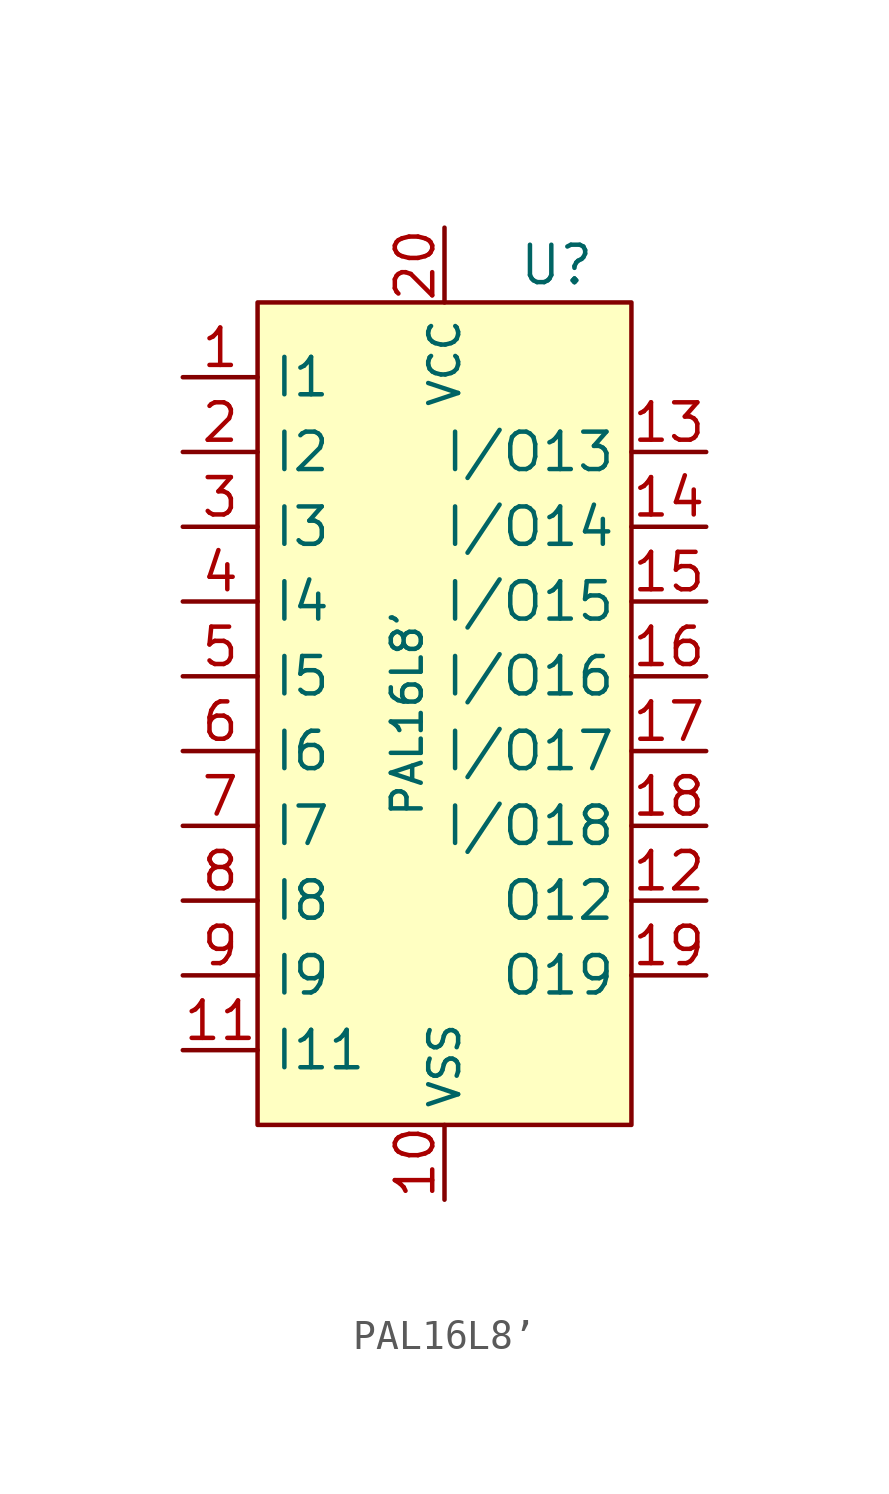
<source format=kicad_sym>
(kicad_symbol_lib
  (version 20211014)
  (generator kicad_symbol_editor)
  (symbol "PAL16L8’"
    (property "Reference" "U"
      (at 3.81 15.24 0)
      (effects (font (size 1.27 1.27))))
    (property "Value" "PAL16L8’"
      (at -1.27 0 90)
      (effects (font (size 1.016 1.016))))
    (symbol "PAL16L8’_0_1"
      (rectangle (start -6.35 13.97) (end 6.35 -13.97) (stroke (width 0.152) (type default) (color 0 0 0 0)) (fill (type background))))
    (symbol "PAL16L8’_1_1"
      (pin input line (at -8.89 11.43 0) (length 2.54) (name "I1" (effects (font (size 1.27 1.27)))) (number "1" (effects (font (size 1.27 1.27)))))
      (pin power_in line (at 0 -16.51 90) (length 2.54) (name "VSS" (effects (font (size 1.016 1.016)))) (number "10" (effects (font (size 1.27 1.27)))))
      (pin input line (at -8.89 -11.43 0) (length 2.54) (name "I11" (effects (font (size 1.27 1.27)))) (number "11" (effects (font (size 1.27 1.27)))))
      (pin tri_state line (at 8.89 -6.35 180) (length 2.54) (name "O12" (effects (font (size 1.27 1.27)))) (number "12" (effects (font (size 1.27 1.27)))))
      (pin tri_state line (at 8.89 8.89 180) (length 2.54) (name "I/O13" (effects (font (size 1.27 1.27)))) (number "13" (effects (font (size 1.27 1.27)))))
      (pin tri_state line (at 8.89 6.35 180) (length 2.54) (name "I/O14" (effects (font (size 1.27 1.27)))) (number "14" (effects (font (size 1.27 1.27)))))
      (pin tri_state line (at 8.89 3.81 180) (length 2.54) (name "I/O15" (effects (font (size 1.27 1.27)))) (number "15" (effects (font (size 1.27 1.27)))))
      (pin tri_state line (at 8.89 1.27 180) (length 2.54) (name "I/O16" (effects (font (size 1.27 1.27)))) (number "16" (effects (font (size 1.27 1.27)))))
      (pin tri_state line (at 8.89 -1.27 180) (length 2.54) (name "I/O17" (effects (font (size 1.27 1.27)))) (number "17" (effects (font (size 1.27 1.27)))))
      (pin tri_state line (at 8.89 -3.81 180) (length 2.54) (name "I/O18" (effects (font (size 1.27 1.27)))) (number "18" (effects (font (size 1.27 1.27)))))
      (pin tri_state line (at 8.89 -8.89 180) (length 2.54) (name "O19" (effects (font (size 1.27 1.27)))) (number "19" (effects (font (size 1.27 1.27)))))
      (pin input line (at -8.89 8.89 0) (length 2.54) (name "I2" (effects (font (size 1.27 1.27)))) (number "2" (effects (font (size 1.27 1.27)))))
      (pin power_in line (at 0 16.51 270) (length 2.54) (name "VCC" (effects (font (size 1.016 1.016)))) (number "20" (effects (font (size 1.27 1.27)))))
      (pin input line (at -8.89 6.35 0) (length 2.54) (name "I3" (effects (font (size 1.27 1.27)))) (number "3" (effects (font (size 1.27 1.27)))))
      (pin input line (at -8.89 3.81 0) (length 2.54) (name "I4" (effects (font (size 1.27 1.27)))) (number "4" (effects (font (size 1.27 1.27)))))
      (pin input line (at -8.89 1.27 0) (length 2.54) (name "I5" (effects (font (size 1.27 1.27)))) (number "5" (effects (font (size 1.27 1.27)))))
      (pin input line (at -8.89 -1.27 0) (length 2.54) (name "I6" (effects (font (size 1.27 1.27)))) (number "6" (effects (font (size 1.27 1.27)))))
      (pin input line (at -8.89 -3.81 0) (length 2.54) (name "I7" (effects (font (size 1.27 1.27)))) (number "7" (effects (font (size 1.27 1.27)))))
      (pin input line (at -8.89 -6.35 0) (length 2.54) (name "I8" (effects (font (size 1.27 1.27)))) (number "8" (effects (font (size 1.27 1.27)))))
      (pin input line (at -8.89 -8.89 0) (length 2.54) (name "I9" (effects (font (size 1.27 1.27)))) (number "9" (effects (font (size 1.27 1.27))))))))
</source>
